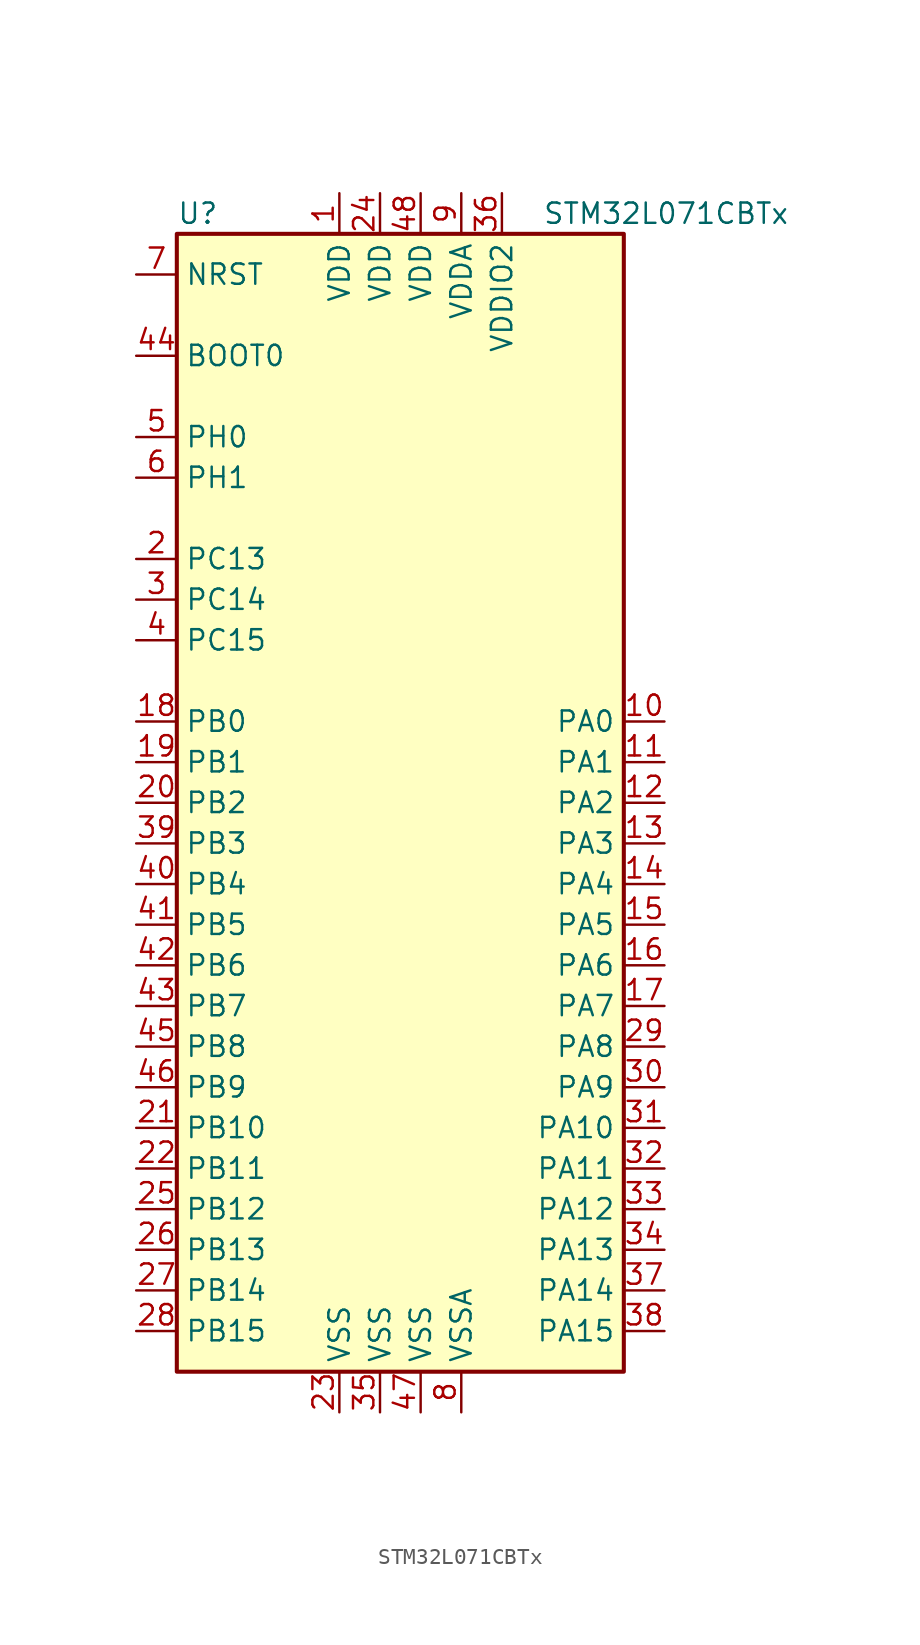
<source format=kicad_sym>
(kicad_symbol_lib
  (version 20201005)
  (generator kicad_symbol_editor)
  (symbol "STM32L071CBTx"
    (property "Reference" "U"
      (at -15.24 36.83 0)
      (effects (font (size 1.27 1.27)) (justify left)))
    (property "Value" "STM32L071CBTx"
      (at 7.62 36.83 0)
      (effects (font (size 1.27 1.27)) (justify left)))
    (symbol "STM32L071CBTx_0_1"
      (rectangle (start -15.24 -35.56) (end 12.7 35.56) (stroke (width 0.254)) (fill (type background))))
    (symbol "STM32L071CBTx_1_1"
      (pin input line (at -17.78 27.94 0) (length 2.54) (name "BOOT0" (effects (font (size 1.27 1.27)))) (number "44" (effects (font (size 1.27 1.27)))))
      (pin input line (at -17.78 33.02 0) (length 2.54) (name "NRST" (effects (font (size 1.27 1.27)))) (number "7" (effects (font (size 1.27 1.27)))))
      (pin bidirectional line (at 15.24 5.08 180) (length 2.54) (name "PA0" (effects (font (size 1.27 1.27)))) (number "10" (effects (font (size 1.27 1.27)))))
      (pin bidirectional line (at 15.24 2.54 180) (length 2.54) (name "PA1" (effects (font (size 1.27 1.27)))) (number "11" (effects (font (size 1.27 1.27)))))
      (pin bidirectional line (at 15.24 -20.32 180) (length 2.54) (name "PA10" (effects (font (size 1.27 1.27)))) (number "31" (effects (font (size 1.27 1.27)))))
      (pin bidirectional line (at 15.24 -22.86 180) (length 2.54) (name "PA11" (effects (font (size 1.27 1.27)))) (number "32" (effects (font (size 1.27 1.27)))))
      (pin bidirectional line (at 15.24 -25.4 180) (length 2.54) (name "PA12" (effects (font (size 1.27 1.27)))) (number "33" (effects (font (size 1.27 1.27)))))
      (pin bidirectional line (at 15.24 -27.94 180) (length 2.54) (name "PA13" (effects (font (size 1.27 1.27)))) (number "34" (effects (font (size 1.27 1.27)))))
      (pin bidirectional line (at 15.24 -30.48 180) (length 2.54) (name "PA14" (effects (font (size 1.27 1.27)))) (number "37" (effects (font (size 1.27 1.27)))))
      (pin bidirectional line (at 15.24 -33.02 180) (length 2.54) (name "PA15" (effects (font (size 1.27 1.27)))) (number "38" (effects (font (size 1.27 1.27)))))
      (pin bidirectional line (at 15.24 0 180) (length 2.54) (name "PA2" (effects (font (size 1.27 1.27)))) (number "12" (effects (font (size 1.27 1.27)))))
      (pin bidirectional line (at 15.24 -2.54 180) (length 2.54) (name "PA3" (effects (font (size 1.27 1.27)))) (number "13" (effects (font (size 1.27 1.27)))))
      (pin bidirectional line (at 15.24 -5.08 180) (length 2.54) (name "PA4" (effects (font (size 1.27 1.27)))) (number "14" (effects (font (size 1.27 1.27)))))
      (pin bidirectional line (at 15.24 -7.62 180) (length 2.54) (name "PA5" (effects (font (size 1.27 1.27)))) (number "15" (effects (font (size 1.27 1.27)))))
      (pin bidirectional line (at 15.24 -10.16 180) (length 2.54) (name "PA6" (effects (font (size 1.27 1.27)))) (number "16" (effects (font (size 1.27 1.27)))))
      (pin bidirectional line (at 15.24 -12.7 180) (length 2.54) (name "PA7" (effects (font (size 1.27 1.27)))) (number "17" (effects (font (size 1.27 1.27)))))
      (pin bidirectional line (at 15.24 -15.24 180) (length 2.54) (name "PA8" (effects (font (size 1.27 1.27)))) (number "29" (effects (font (size 1.27 1.27)))))
      (pin bidirectional line (at 15.24 -17.78 180) (length 2.54) (name "PA9" (effects (font (size 1.27 1.27)))) (number "30" (effects (font (size 1.27 1.27)))))
      (pin bidirectional line (at -17.78 5.08 0) (length 2.54) (name "PB0" (effects (font (size 1.27 1.27)))) (number "18" (effects (font (size 1.27 1.27)))))
      (pin bidirectional line (at -17.78 2.54 0) (length 2.54) (name "PB1" (effects (font (size 1.27 1.27)))) (number "19" (effects (font (size 1.27 1.27)))))
      (pin bidirectional line (at -17.78 -20.32 0) (length 2.54) (name "PB10" (effects (font (size 1.27 1.27)))) (number "21" (effects (font (size 1.27 1.27)))))
      (pin bidirectional line (at -17.78 -22.86 0) (length 2.54) (name "PB11" (effects (font (size 1.27 1.27)))) (number "22" (effects (font (size 1.27 1.27)))))
      (pin bidirectional line (at -17.78 -25.4 0) (length 2.54) (name "PB12" (effects (font (size 1.27 1.27)))) (number "25" (effects (font (size 1.27 1.27)))))
      (pin bidirectional line (at -17.78 -27.94 0) (length 2.54) (name "PB13" (effects (font (size 1.27 1.27)))) (number "26" (effects (font (size 1.27 1.27)))))
      (pin bidirectional line (at -17.78 -30.48 0) (length 2.54) (name "PB14" (effects (font (size 1.27 1.27)))) (number "27" (effects (font (size 1.27 1.27)))))
      (pin bidirectional line (at -17.78 -33.02 0) (length 2.54) (name "PB15" (effects (font (size 1.27 1.27)))) (number "28" (effects (font (size 1.27 1.27)))))
      (pin bidirectional line (at -17.78 0 0) (length 2.54) (name "PB2" (effects (font (size 1.27 1.27)))) (number "20" (effects (font (size 1.27 1.27)))))
      (pin bidirectional line (at -17.78 -2.54 0) (length 2.54) (name "PB3" (effects (font (size 1.27 1.27)))) (number "39" (effects (font (size 1.27 1.27)))))
      (pin bidirectional line (at -17.78 -5.08 0) (length 2.54) (name "PB4" (effects (font (size 1.27 1.27)))) (number "40" (effects (font (size 1.27 1.27)))))
      (pin bidirectional line (at -17.78 -7.62 0) (length 2.54) (name "PB5" (effects (font (size 1.27 1.27)))) (number "41" (effects (font (size 1.27 1.27)))))
      (pin bidirectional line (at -17.78 -10.16 0) (length 2.54) (name "PB6" (effects (font (size 1.27 1.27)))) (number "42" (effects (font (size 1.27 1.27)))))
      (pin bidirectional line (at -17.78 -12.7 0) (length 2.54) (name "PB7" (effects (font (size 1.27 1.27)))) (number "43" (effects (font (size 1.27 1.27)))))
      (pin bidirectional line (at -17.78 -15.24 0) (length 2.54) (name "PB8" (effects (font (size 1.27 1.27)))) (number "45" (effects (font (size 1.27 1.27)))))
      (pin bidirectional line (at -17.78 -17.78 0) (length 2.54) (name "PB9" (effects (font (size 1.27 1.27)))) (number "46" (effects (font (size 1.27 1.27)))))
      (pin bidirectional line (at -17.78 15.24 0) (length 2.54) (name "PC13" (effects (font (size 1.27 1.27)))) (number "2" (effects (font (size 1.27 1.27)))))
      (pin bidirectional line (at -17.78 12.7 0) (length 2.54) (name "PC14" (effects (font (size 1.27 1.27)))) (number "3" (effects (font (size 1.27 1.27)))))
      (pin bidirectional line (at -17.78 10.16 0) (length 2.54) (name "PC15" (effects (font (size 1.27 1.27)))) (number "4" (effects (font (size 1.27 1.27)))))
      (pin input line (at -17.78 22.86 0) (length 2.54) (name "PH0" (effects (font (size 1.27 1.27)))) (number "5" (effects (font (size 1.27 1.27)))))
      (pin input line (at -17.78 20.32 0) (length 2.54) (name "PH1" (effects (font (size 1.27 1.27)))) (number "6" (effects (font (size 1.27 1.27)))))
      (pin power_in line (at -5.08 38.1 270) (length 2.54) (name "VDD" (effects (font (size 1.27 1.27)))) (number "1" (effects (font (size 1.27 1.27)))))
      (pin power_in line (at -2.54 38.1 270) (length 2.54) (name "VDD" (effects (font (size 1.27 1.27)))) (number "24" (effects (font (size 1.27 1.27)))))
      (pin power_in line (at 0 38.1 270) (length 2.54) (name "VDD" (effects (font (size 1.27 1.27)))) (number "48" (effects (font (size 1.27 1.27)))))
      (pin power_in line (at 2.54 38.1 270) (length 2.54) (name "VDDA" (effects (font (size 1.27 1.27)))) (number "9" (effects (font (size 1.27 1.27)))))
      (pin power_in line (at 5.08 38.1 270) (length 2.54) (name "VDDIO2" (effects (font (size 1.27 1.27)))) (number "36" (effects (font (size 1.27 1.27)))))
      (pin power_in line (at -5.08 -38.1 90) (length 2.54) (name "VSS" (effects (font (size 1.27 1.27)))) (number "23" (effects (font (size 1.27 1.27)))))
      (pin power_in line (at -2.54 -38.1 90) (length 2.54) (name "VSS" (effects (font (size 1.27 1.27)))) (number "35" (effects (font (size 1.27 1.27)))))
      (pin power_in line (at 0 -38.1 90) (length 2.54) (name "VSS" (effects (font (size 1.27 1.27)))) (number "47" (effects (font (size 1.27 1.27)))))
      (pin power_in line (at 2.54 -38.1 90) (length 2.54) (name "VSSA" (effects (font (size 1.27 1.27)))) (number "8" (effects (font (size 1.27 1.27))))))))
</source>
